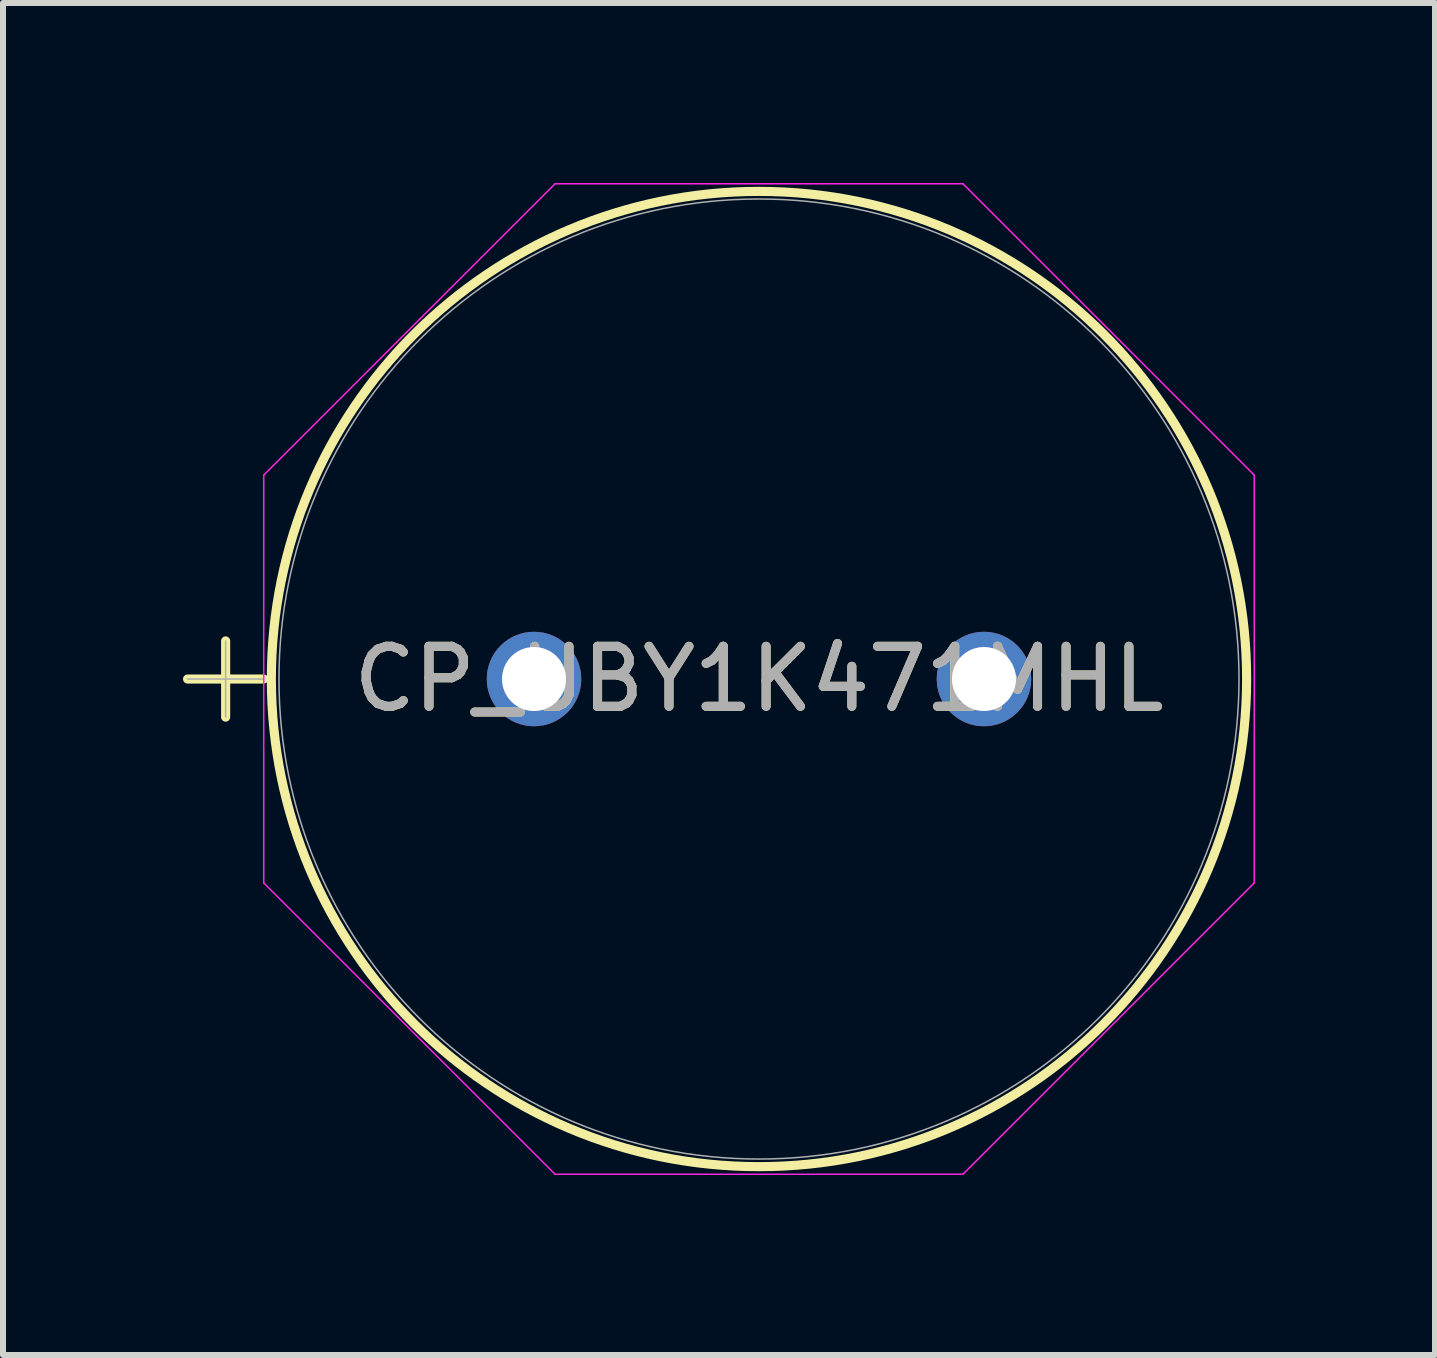
<source format=kicad_pcb>
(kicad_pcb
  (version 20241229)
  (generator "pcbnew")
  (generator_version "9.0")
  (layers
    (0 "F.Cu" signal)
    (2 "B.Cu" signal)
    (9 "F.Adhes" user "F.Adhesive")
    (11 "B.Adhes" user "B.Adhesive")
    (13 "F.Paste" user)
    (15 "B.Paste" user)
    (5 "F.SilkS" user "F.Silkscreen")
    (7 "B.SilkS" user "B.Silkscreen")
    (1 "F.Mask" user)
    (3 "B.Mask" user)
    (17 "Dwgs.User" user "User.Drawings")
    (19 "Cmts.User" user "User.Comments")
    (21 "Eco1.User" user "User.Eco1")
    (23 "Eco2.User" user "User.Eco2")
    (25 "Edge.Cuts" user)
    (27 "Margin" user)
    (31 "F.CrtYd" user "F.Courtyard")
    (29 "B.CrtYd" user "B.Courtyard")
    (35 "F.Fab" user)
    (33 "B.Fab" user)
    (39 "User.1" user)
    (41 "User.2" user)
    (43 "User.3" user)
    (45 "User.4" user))
  (footprint "CP_UBY1K471MHL"
    (layer "F.Cu")
    (at 5.851 8.268)
    (property "Reference" "CP_UBY1K471MHL" (at 3.75 0 0) (unlocked yes) (layer "F.SilkS") (effects (font (size 1 1) (thickness 0.15))))
    (attr through_hole)
    (fp_line (start -5.775 0) (end -4.505 0) (stroke (width 0.152) (type solid)) (layer "F.SilkS"))
    (fp_line (start -5.14 -0.635) (end -5.14 0.635) (stroke (width 0.152) (type solid)) (layer "F.SilkS"))
    (fp_circle (center 3.75 0) (end 11.878 0) (stroke (width 0.152) (type solid)) (fill no) (layer "F.SilkS"))
    (fp_line (start -4.505 -3.399) (end 0.351 -8.255) (stroke (width 0.025) (type solid)) (layer "F.CrtYd"))
    (fp_line (start -4.505 3.399) (end -4.505 -3.399) (stroke (width 0.025) (type solid)) (layer "F.CrtYd"))
    (fp_line (start 0.351 -8.255) (end 7.149 -8.255) (stroke (width 0.025) (type solid)) (layer "F.CrtYd"))
    (fp_line (start 0.351 8.255) (end -4.505 3.399) (stroke (width 0.025) (type solid)) (layer "F.CrtYd"))
    (fp_line (start 7.149 -8.255) (end 12.005 -3.399) (stroke (width 0.025) (type solid)) (layer "F.CrtYd"))
    (fp_line (start 7.149 8.255) (end 0.351 8.255) (stroke (width 0.025) (type solid)) (layer "F.CrtYd"))
    (fp_line (start 12.005 -3.399) (end 12.005 3.399) (stroke (width 0.025) (type solid)) (layer "F.CrtYd"))
    (fp_line (start 12.005 3.399) (end 7.149 8.255) (stroke (width 0.025) (type solid)) (layer "F.CrtYd"))
    (fp_line (start -5.775 0) (end -4.505 0) (stroke (width 0.025) (type solid)) (layer "F.Fab"))
    (fp_line (start -5.14 -0.635) (end -5.14 0.635) (stroke (width 0.025) (type solid)) (layer "F.Fab"))
    (fp_circle (center 3.75 0) (end 11.751 0) (stroke (width 0.025) (type solid)) (fill no) (layer "F.Fab"))
    (fp_text user "${REFERENCE}" (at 3.75 0 0) (unlocked yes) (layer "F.Fab") (effects (font (size 1 1) (thickness 0.15))))
    (pad "1" thru_hole circle (at 0 0) (size 1.575 1.575) (drill 1.067) (layers "*.Cu" "*.Mask"))
    (pad "2" thru_hole circle (at 7.5 0) (size 1.575 1.575) (drill 1.067) (layers "*.Cu" "*.Mask")))
  (gr_rect
    (start -3 -3)
    (end 20.869 19.535)
    (stroke (width 0.1) (type default))
    (fill no)
    (layer "Edge.Cuts")))
</source>
